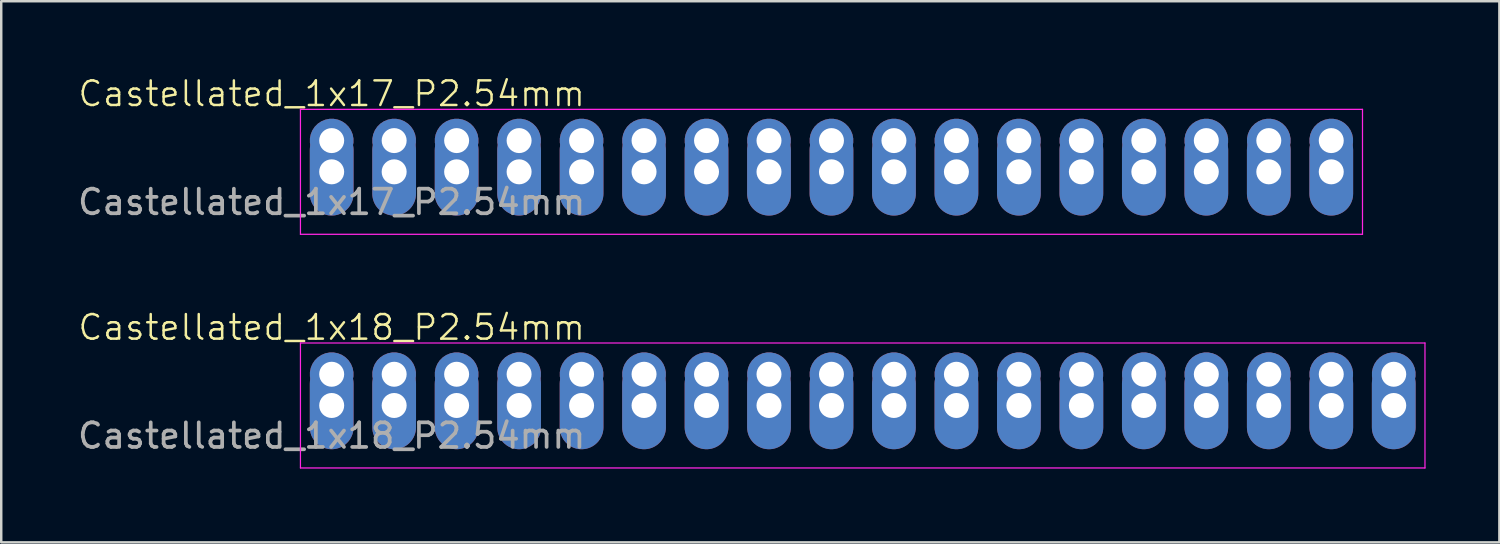
<source format=kicad_pcb>
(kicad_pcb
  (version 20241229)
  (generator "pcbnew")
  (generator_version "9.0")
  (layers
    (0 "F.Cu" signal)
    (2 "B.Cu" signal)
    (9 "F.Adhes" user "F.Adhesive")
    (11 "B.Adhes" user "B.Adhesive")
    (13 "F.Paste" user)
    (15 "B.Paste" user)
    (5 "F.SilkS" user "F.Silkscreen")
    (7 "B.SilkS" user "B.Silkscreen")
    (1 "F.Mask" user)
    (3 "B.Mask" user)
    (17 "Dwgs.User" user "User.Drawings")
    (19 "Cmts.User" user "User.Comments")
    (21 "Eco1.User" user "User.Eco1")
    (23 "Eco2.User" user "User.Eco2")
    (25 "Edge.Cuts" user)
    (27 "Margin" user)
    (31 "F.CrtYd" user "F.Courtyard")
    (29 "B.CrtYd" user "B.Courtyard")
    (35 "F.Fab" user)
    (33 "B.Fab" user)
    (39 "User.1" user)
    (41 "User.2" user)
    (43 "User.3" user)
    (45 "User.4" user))
  (footprint "Castellated_1x17_P2.54mm"
    (layer "F.Cu")
    (at 10.435 2.666)
    (property "Reference" "Castellated_1x17_P2.54mm" (at 0 -1.905 0) (unlocked yes) (layer "F.SilkS") (effects (font (size 1 1) (thickness 0.1))))
    (attr through_hole)
    (fp_line (start -1.27 -1.27) (end 41.91 -1.27) (stroke (width 0.05) (type solid)) (layer "F.CrtYd"))
    (fp_line (start -1.27 3.81) (end -1.27 -1.27) (stroke (width 0.05) (type solid)) (layer "F.CrtYd"))
    (fp_line (start 41.91 -1.27) (end 41.91 3.81) (stroke (width 0.05) (type solid)) (layer "F.CrtYd"))
    (fp_line (start 41.91 3.81) (end -1.27 3.81) (stroke (width 0.05) (type solid)) (layer "F.CrtYd"))
    (fp_text user "${REFERENCE}" (at 0 2.5 0) (unlocked yes) (layer "F.Fab") (effects (font (size 1 1) (thickness 0.15))))
    (pad "1" thru_hole custom (at 0 0 90) (size 1.778 1.778) (drill 1.016) (layers "*.Cu" "*.Mask") (options (anchor circle)) (primitives))
    (pad "1" thru_hole oval (at 0 1.27 90) (size 3.556 1.778) (drill 1.016) (layers "*.Cu" "*.Mask"))
    (pad "2" thru_hole custom (at 2.54 0 90) (size 1.778 1.778) (drill 1.016) (layers "*.Cu" "*.Mask") (options (anchor circle)) (primitives))
    (pad "2" thru_hole oval (at 2.54 1.27 90) (size 3.556 1.778) (drill 1.016) (layers "*.Cu" "*.Mask"))
    (pad "3" thru_hole custom (at 5.08 0 90) (size 1.778 1.778) (drill 1.016) (layers "*.Cu" "*.Mask") (options (anchor circle)) (primitives))
    (pad "3" thru_hole oval (at 5.08 1.27 90) (size 3.556 1.778) (drill 1.016) (layers "*.Cu" "*.Mask"))
    (pad "4" thru_hole custom (at 7.62 0 90) (size 1.778 1.778) (drill 1.016) (layers "*.Cu" "*.Mask") (options (anchor circle)) (primitives))
    (pad "4" thru_hole oval (at 7.62 1.27 90) (size 3.556 1.778) (drill 1.016) (layers "*.Cu" "*.Mask"))
    (pad "5" thru_hole custom (at 10.16 0 90) (size 1.778 1.778) (drill 1.016) (layers "*.Cu" "*.Mask") (options (anchor circle)) (primitives))
    (pad "5" thru_hole oval (at 10.16 1.27 90) (size 3.556 1.778) (drill 1.016) (layers "*.Cu" "*.Mask"))
    (pad "6" thru_hole custom (at 12.7 0 90) (size 1.778 1.778) (drill 1.016) (layers "*.Cu" "*.Mask") (options (anchor circle)) (primitives))
    (pad "6" thru_hole oval (at 12.7 1.27 90) (size 3.556 1.778) (drill 1.016) (layers "*.Cu" "*.Mask"))
    (pad "7" thru_hole custom (at 15.24 0 90) (size 1.778 1.778) (drill 1.016) (layers "*.Cu" "*.Mask") (options (anchor circle)) (primitives))
    (pad "7" thru_hole oval (at 15.24 1.27 90) (size 3.556 1.778) (drill 1.016) (layers "*.Cu" "*.Mask"))
    (pad "8" thru_hole custom (at 17.78 0 90) (size 1.778 1.778) (drill 1.016) (layers "*.Cu" "*.Mask") (options (anchor circle)) (primitives))
    (pad "8" thru_hole oval (at 17.78 1.27 90) (size 3.556 1.778) (drill 1.016) (layers "*.Cu" "*.Mask"))
    (pad "9" thru_hole custom (at 20.32 0 90) (size 1.778 1.778) (drill 1.016) (layers "*.Cu" "*.Mask") (options (anchor circle)) (primitives))
    (pad "9" thru_hole oval (at 20.32 1.27 90) (size 3.556 1.778) (drill 1.016) (layers "*.Cu" "*.Mask"))
    (pad "10" thru_hole custom (at 22.86 0 90) (size 1.778 1.778) (drill 1.016) (layers "*.Cu" "*.Mask") (options (anchor circle)) (primitives))
    (pad "10" thru_hole oval (at 22.86 1.27 90) (size 3.556 1.778) (drill 1.016) (layers "*.Cu" "*.Mask"))
    (pad "11" thru_hole custom (at 25.4 0 90) (size 1.778 1.778) (drill 1.016) (layers "*.Cu" "*.Mask") (options (anchor circle)) (primitives))
    (pad "11" thru_hole oval (at 25.4 1.27 90) (size 3.556 1.778) (drill 1.016) (layers "*.Cu" "*.Mask"))
    (pad "12" thru_hole custom (at 27.94 0 90) (size 1.778 1.778) (drill 1.016) (layers "*.Cu" "*.Mask") (options (anchor circle)) (primitives))
    (pad "12" thru_hole oval (at 27.94 1.27 90) (size 3.556 1.778) (drill 1.016) (layers "*.Cu" "*.Mask"))
    (pad "13" thru_hole custom (at 30.48 0 90) (size 1.778 1.778) (drill 1.016) (layers "*.Cu" "*.Mask") (options (anchor circle)) (primitives))
    (pad "13" thru_hole oval (at 30.48 1.27 90) (size 3.556 1.778) (drill 1.016) (layers "*.Cu" "*.Mask"))
    (pad "14" thru_hole custom (at 33.02 0 90) (size 1.778 1.778) (drill 1.016) (layers "*.Cu" "*.Mask") (options (anchor circle)) (primitives))
    (pad "14" thru_hole oval (at 33.02 1.27 90) (size 3.556 1.778) (drill 1.016) (layers "*.Cu" "*.Mask"))
    (pad "15" thru_hole custom (at 35.56 0 90) (size 1.778 1.778) (drill 1.016) (layers "*.Cu" "*.Mask") (options (anchor circle)) (primitives))
    (pad "15" thru_hole oval (at 35.56 1.27 90) (size 3.556 1.778) (drill 1.016) (layers "*.Cu" "*.Mask"))
    (pad "16" thru_hole custom (at 38.1 0 90) (size 1.778 1.778) (drill 1.016) (layers "*.Cu" "*.Mask") (options (anchor circle)) (primitives))
    (pad "16" thru_hole oval (at 38.1 1.27 90) (size 3.556 1.778) (drill 1.016) (layers "*.Cu" "*.Mask"))
    (pad "17" thru_hole custom (at 40.64 0 90) (size 1.778 1.778) (drill 1.016) (layers "*.Cu" "*.Mask") (options (anchor circle)) (primitives))
    (pad "17" thru_hole oval (at 40.64 1.27 90) (size 3.556 1.778) (drill 1.016) (layers "*.Cu" "*.Mask")))
  (footprint "Castellated_1x18_P2.54mm"
    (layer "F.Cu")
    (at 10.435 12.166)
    (property "Reference" "Castellated_1x18_P2.54mm" (at 0 -1.905 0) (unlocked yes) (layer "F.SilkS") (effects (font (size 1 1) (thickness 0.1))))
    (attr through_hole)
    (fp_line (start -1.27 -1.27) (end 44.45 -1.27) (stroke (width 0.05) (type solid)) (layer "F.CrtYd"))
    (fp_line (start -1.27 3.81) (end -1.27 -1.27) (stroke (width 0.05) (type solid)) (layer "F.CrtYd"))
    (fp_line (start 44.45 -1.27) (end 44.45 3.81) (stroke (width 0.05) (type solid)) (layer "F.CrtYd"))
    (fp_line (start 44.45 3.81) (end -1.27 3.81) (stroke (width 0.05) (type solid)) (layer "F.CrtYd"))
    (fp_text user "${REFERENCE}" (at 0 2.5 0) (unlocked yes) (layer "F.Fab") (effects (font (size 1 1) (thickness 0.15))))
    (pad "1" thru_hole custom (at 0 0 90) (size 1.778 1.778) (drill 1.016) (layers "*.Cu" "*.Mask") (options (anchor circle)) (primitives))
    (pad "1" thru_hole oval (at 0 1.27 90) (size 3.556 1.778) (drill 1.016) (layers "*.Cu" "*.Mask"))
    (pad "2" thru_hole custom (at 2.54 0 90) (size 1.778 1.778) (drill 1.016) (layers "*.Cu" "*.Mask") (options (anchor circle)) (primitives))
    (pad "2" thru_hole oval (at 2.54 1.27 90) (size 3.556 1.778) (drill 1.016) (layers "*.Cu" "*.Mask"))
    (pad "3" thru_hole custom (at 5.08 0 90) (size 1.778 1.778) (drill 1.016) (layers "*.Cu" "*.Mask") (options (anchor circle)) (primitives))
    (pad "3" thru_hole oval (at 5.08 1.27 90) (size 3.556 1.778) (drill 1.016) (layers "*.Cu" "*.Mask"))
    (pad "4" thru_hole custom (at 7.62 0 90) (size 1.778 1.778) (drill 1.016) (layers "*.Cu" "*.Mask") (options (anchor circle)) (primitives))
    (pad "4" thru_hole oval (at 7.62 1.27 90) (size 3.556 1.778) (drill 1.016) (layers "*.Cu" "*.Mask"))
    (pad "5" thru_hole custom (at 10.16 0 90) (size 1.778 1.778) (drill 1.016) (layers "*.Cu" "*.Mask") (options (anchor circle)) (primitives))
    (pad "5" thru_hole oval (at 10.16 1.27 90) (size 3.556 1.778) (drill 1.016) (layers "*.Cu" "*.Mask"))
    (pad "6" thru_hole custom (at 12.7 0 90) (size 1.778 1.778) (drill 1.016) (layers "*.Cu" "*.Mask") (options (anchor circle)) (primitives))
    (pad "6" thru_hole oval (at 12.7 1.27 90) (size 3.556 1.778) (drill 1.016) (layers "*.Cu" "*.Mask"))
    (pad "7" thru_hole custom (at 15.24 0 90) (size 1.778 1.778) (drill 1.016) (layers "*.Cu" "*.Mask") (options (anchor circle)) (primitives))
    (pad "7" thru_hole oval (at 15.24 1.27 90) (size 3.556 1.778) (drill 1.016) (layers "*.Cu" "*.Mask"))
    (pad "8" thru_hole custom (at 17.78 0 90) (size 1.778 1.778) (drill 1.016) (layers "*.Cu" "*.Mask") (options (anchor circle)) (primitives))
    (pad "8" thru_hole oval (at 17.78 1.27 90) (size 3.556 1.778) (drill 1.016) (layers "*.Cu" "*.Mask"))
    (pad "9" thru_hole custom (at 20.32 0 90) (size 1.778 1.778) (drill 1.016) (layers "*.Cu" "*.Mask") (options (anchor circle)) (primitives))
    (pad "9" thru_hole oval (at 20.32 1.27 90) (size 3.556 1.778) (drill 1.016) (layers "*.Cu" "*.Mask"))
    (pad "10" thru_hole custom (at 22.86 0 90) (size 1.778 1.778) (drill 1.016) (layers "*.Cu" "*.Mask") (options (anchor circle)) (primitives))
    (pad "10" thru_hole oval (at 22.86 1.27 90) (size 3.556 1.778) (drill 1.016) (layers "*.Cu" "*.Mask"))
    (pad "11" thru_hole custom (at 25.4 0 90) (size 1.778 1.778) (drill 1.016) (layers "*.Cu" "*.Mask") (options (anchor circle)) (primitives))
    (pad "11" thru_hole oval (at 25.4 1.27 90) (size 3.556 1.778) (drill 1.016) (layers "*.Cu" "*.Mask"))
    (pad "12" thru_hole custom (at 27.94 0 90) (size 1.778 1.778) (drill 1.016) (layers "*.Cu" "*.Mask") (options (anchor circle)) (primitives))
    (pad "12" thru_hole oval (at 27.94 1.27 90) (size 3.556 1.778) (drill 1.016) (layers "*.Cu" "*.Mask"))
    (pad "13" thru_hole custom (at 30.48 0 90) (size 1.778 1.778) (drill 1.016) (layers "*.Cu" "*.Mask") (options (anchor circle)) (primitives))
    (pad "13" thru_hole oval (at 30.48 1.27 90) (size 3.556 1.778) (drill 1.016) (layers "*.Cu" "*.Mask"))
    (pad "14" thru_hole custom (at 33.02 0 90) (size 1.778 1.778) (drill 1.016) (layers "*.Cu" "*.Mask") (options (anchor circle)) (primitives))
    (pad "14" thru_hole oval (at 33.02 1.27 90) (size 3.556 1.778) (drill 1.016) (layers "*.Cu" "*.Mask"))
    (pad "15" thru_hole custom (at 35.56 0 90) (size 1.778 1.778) (drill 1.016) (layers "*.Cu" "*.Mask") (options (anchor circle)) (primitives))
    (pad "15" thru_hole oval (at 35.56 1.27 90) (size 3.556 1.778) (drill 1.016) (layers "*.Cu" "*.Mask"))
    (pad "16" thru_hole custom (at 38.1 0 90) (size 1.778 1.778) (drill 1.016) (layers "*.Cu" "*.Mask") (options (anchor circle)) (primitives))
    (pad "16" thru_hole oval (at 38.1 1.27 90) (size 3.556 1.778) (drill 1.016) (layers "*.Cu" "*.Mask"))
    (pad "17" thru_hole custom (at 40.64 0 90) (size 1.778 1.778) (drill 1.016) (layers "*.Cu" "*.Mask") (options (anchor circle)) (primitives))
    (pad "17" thru_hole oval (at 40.64 1.27 90) (size 3.556 1.778) (drill 1.016) (layers "*.Cu" "*.Mask"))
    (pad "18" thru_hole custom (at 43.18 0 90) (size 1.778 1.778) (drill 1.016) (layers "*.Cu" "*.Mask") (options (anchor circle)) (primitives))
    (pad "18" thru_hole oval (at 43.18 1.27 90) (size 3.556 1.778) (drill 1.016) (layers "*.Cu" "*.Mask")))
  (gr_rect
    (start -3 -3)
    (end 57.91 19.001)
    (stroke (width 0.1) (type default))
    (fill no)
    (layer "Edge.Cuts")))
</source>
